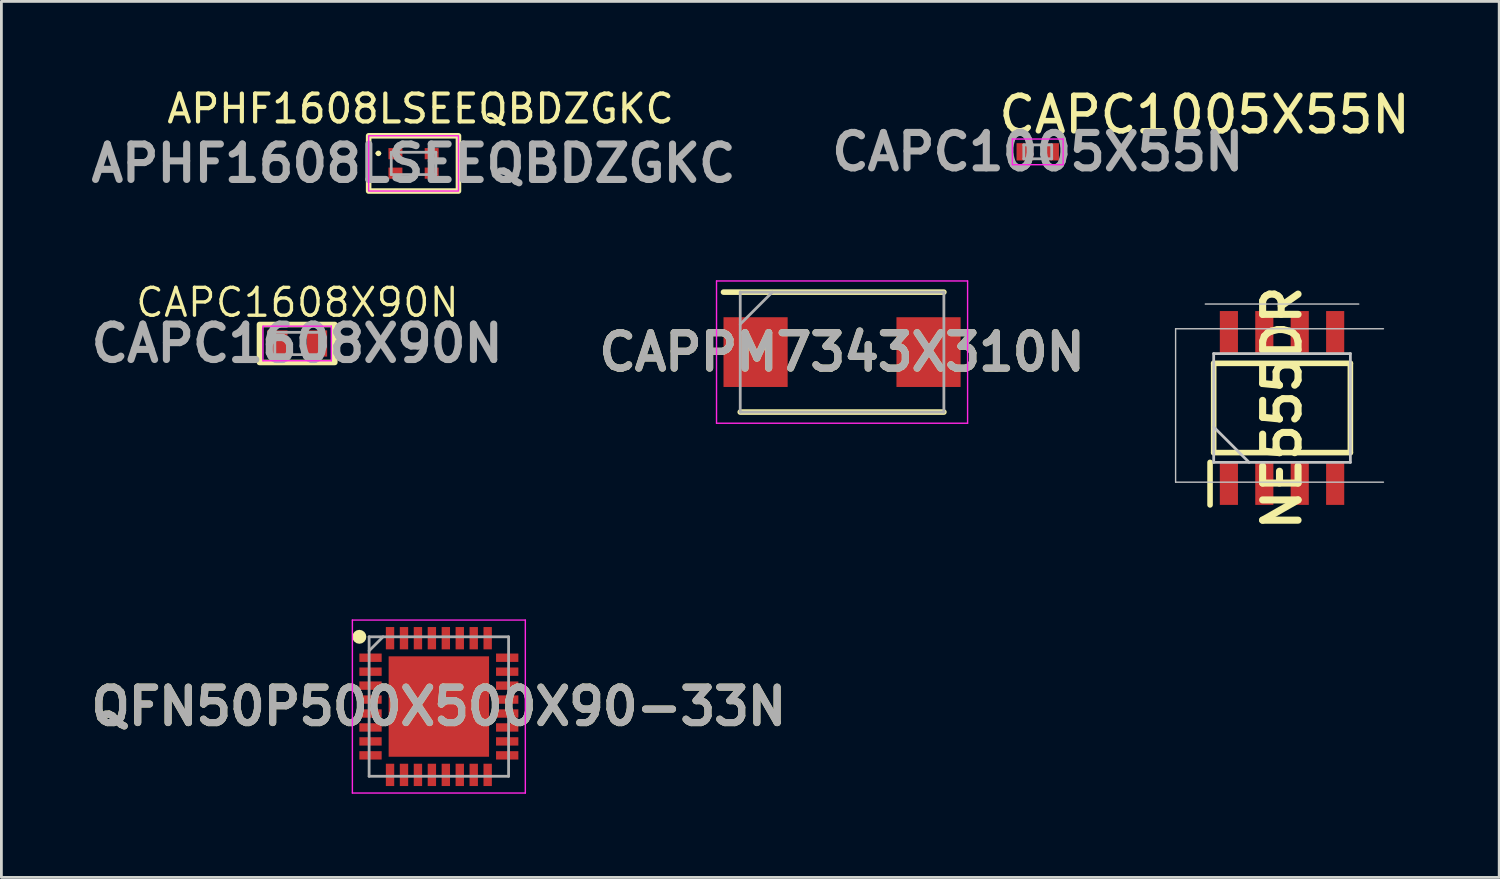
<source format=kicad_pcb>
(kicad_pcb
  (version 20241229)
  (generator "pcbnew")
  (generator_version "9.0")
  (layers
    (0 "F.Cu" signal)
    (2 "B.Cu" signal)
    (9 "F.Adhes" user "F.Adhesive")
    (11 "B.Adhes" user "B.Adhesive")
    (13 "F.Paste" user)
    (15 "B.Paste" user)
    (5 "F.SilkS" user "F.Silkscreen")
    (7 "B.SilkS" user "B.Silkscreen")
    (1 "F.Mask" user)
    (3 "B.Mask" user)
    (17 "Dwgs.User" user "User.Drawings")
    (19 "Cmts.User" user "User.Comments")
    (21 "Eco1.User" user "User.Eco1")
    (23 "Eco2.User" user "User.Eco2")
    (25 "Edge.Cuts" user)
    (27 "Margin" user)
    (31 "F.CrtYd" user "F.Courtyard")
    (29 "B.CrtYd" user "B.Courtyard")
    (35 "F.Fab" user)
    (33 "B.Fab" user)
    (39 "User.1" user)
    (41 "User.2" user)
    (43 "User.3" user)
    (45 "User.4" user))
  (footprint "CAPC1608X90N"
    (layer "F.Cu")
    (at 7.602 9.263)
    (property "Reference" "CAPC1608X90N" (at 0.01 -1.47 0) (layer "F.SilkS") (effects (font (size 1 1) (thickness 0.12))))
    (attr smd)
    (fp_rect (start -1.35 -0.68) (end 1.35 0.68) (stroke (width 0.2) (type default)) (fill no) (layer "F.SilkS"))
    (fp_line (start -1.225 -0.62) (end 1.225 -0.62) (stroke (width 0.05) (type solid)) (layer "F.CrtYd"))
    (fp_line (start -1.225 0.62) (end -1.225 -0.62) (stroke (width 0.05) (type solid)) (layer "F.CrtYd"))
    (fp_line (start 1.225 -0.62) (end 1.225 0.62) (stroke (width 0.05) (type solid)) (layer "F.CrtYd"))
    (fp_line (start 1.225 0.62) (end -1.225 0.62) (stroke (width 0.05) (type solid)) (layer "F.CrtYd"))
    (fp_line (start -0.8 -0.4) (end 0.8 -0.4) (stroke (width 0.1) (type solid)) (layer "F.Fab"))
    (fp_line (start -0.8 0.4) (end -0.8 -0.4) (stroke (width 0.1) (type solid)) (layer "F.Fab"))
    (fp_line (start 0.8 -0.4) (end 0.8 0.4) (stroke (width 0.1) (type solid)) (layer "F.Fab"))
    (fp_line (start 0.8 0.4) (end -0.8 0.4) (stroke (width 0.1) (type solid)) (layer "F.Fab"))
    (fp_text user "${REFERENCE}" (at 0 0 0) (layer "F.Fab") (effects (font (size 1.27 1.27) (thickness 0.254))))
    (pad "1" smd rect (at -0.71 0) (size 0.73 0.94) (layers "F.Cu" "F.Mask" "F.Paste"))
    (pad "2" smd rect (at 0.71 0) (size 0.73 0.94) (layers "F.Cu" "F.Mask" "F.Paste")))
  (footprint "CAPPM7343X310N"
    (layer "F.Cu")
    (at 27.136 9.572)
    (property "Reference" "CAPPM7343X310N" (at 0 0 0) (layer "F.SilkS") (effects (font (size 1.27 1.27) (thickness 0.254))))
    (attr smd)
    (fp_line (start -3.65 2.15) (end 3.65 2.15) (stroke (width 0.2) (type solid)) (layer "F.SilkS"))
    (fp_line (start 3.65 -2.15) (end -4.25 -2.15) (stroke (width 0.2) (type solid)) (layer "F.SilkS"))
    (fp_line (start -4.5 -2.55) (end 4.5 -2.55) (stroke (width 0.05) (type solid)) (layer "F.CrtYd"))
    (fp_line (start -4.5 2.55) (end -4.5 -2.55) (stroke (width 0.05) (type solid)) (layer "F.CrtYd"))
    (fp_line (start 4.5 -2.55) (end 4.5 2.55) (stroke (width 0.05) (type solid)) (layer "F.CrtYd"))
    (fp_line (start 4.5 2.55) (end -4.5 2.55) (stroke (width 0.05) (type solid)) (layer "F.CrtYd"))
    (fp_line (start -3.65 -2.15) (end 3.65 -2.15) (stroke (width 0.1) (type solid)) (layer "F.Fab"))
    (fp_line (start -3.65 -1) (end -2.5 -2.15) (stroke (width 0.1) (type solid)) (layer "F.Fab"))
    (fp_line (start -3.65 2.15) (end -3.65 -2.15) (stroke (width 0.1) (type solid)) (layer "F.Fab"))
    (fp_line (start 3.65 -2.15) (end 3.65 2.15) (stroke (width 0.1) (type solid)) (layer "F.Fab"))
    (fp_line (start 3.65 2.15) (end -3.65 2.15) (stroke (width 0.1) (type solid)) (layer "F.Fab"))
    (fp_text user "${REFERENCE}" (at 0 0 0) (layer "F.Fab") (effects (font (size 1.27 1.27) (thickness 0.254))))
    (pad "1" smd rect (at -3.1 0) (size 2.3 2.5) (layers "F.Cu" "F.Mask" "F.Paste"))
    (pad "2" smd rect (at 3.1 0) (size 2.3 2.5) (layers "F.Cu" "F.Mask" "F.Paste")))
  (footprint "APHF1608LSEEQBDZGKC"
    (layer "F.Cu")
    (at 11.775 2.808)
    (property "Reference" "APHF1608LSEEQBDZGKC" (at 0.25 -1.96 0) (layer "F.SilkS") (effects (font (size 1 1) (thickness 0.15))))
    (attr smd)
    (fp_line (start -1.31 -0.36) (end -1.31 -0.36) (stroke (width 0.1) (type solid)) (layer "F.SilkS"))
    (fp_line (start -1.21 -0.36) (end -1.21 -0.36) (stroke (width 0.1) (type solid)) (layer "F.SilkS"))
    (fp_rect (start -1.61 -0.99) (end 1.61 0.99) (stroke (width 0.2) (type default)) (fill no) (layer "F.SilkS"))
    (fp_arc (start -1.31 -0.36) (mid -1.26 -0.41) (end -1.21 -0.36) (stroke (width 0.1) (type solid)) (layer "F.SilkS"))
    (fp_arc (start -1.21 -0.36) (mid -1.26 -0.31) (end -1.31 -0.36) (stroke (width 0.1) (type solid)) (layer "F.SilkS"))
    (fp_rect (start -1.61 -0.99) (end 1.61 0.99) (stroke (width 0.05) (type default)) (fill no) (layer "F.CrtYd"))
    (fp_line (start -0.8 -0.4) (end 0.8 -0.4) (stroke (width 0.1) (type solid)) (layer "F.Fab"))
    (fp_line (start -0.8 0.4) (end -0.8 -0.4) (stroke (width 0.1) (type solid)) (layer "F.Fab"))
    (fp_line (start 0.8 -0.4) (end 0.8 0.4) (stroke (width 0.1) (type solid)) (layer "F.Fab"))
    (fp_line (start 0.8 0.4) (end -0.8 0.4) (stroke (width 0.1) (type solid)) (layer "F.Fab"))
    (fp_text user "${REFERENCE}" (at 0 0 0) (layer "F.Fab") (effects (font (size 1.27 1.27) (thickness 0.254))))
    (pad "1" smd rect (at -0.65 -0.35 90) (size 0.4 0.5) (layers "F.Cu" "F.Mask" "F.Paste"))
    (pad "2" smd rect (at -0.65 0.35 90) (size 0.4 0.5) (layers "F.Cu" "F.Mask" "F.Paste"))
    (pad "3" smd rect (at 0.65 0.35 90) (size 0.4 0.5) (layers "F.Cu" "F.Mask" "F.Paste"))
    (pad "4" smd rect (at 0.65 -0.35 90) (size 0.4 0.5) (layers "F.Cu" "F.Mask" "F.Paste")))
  (footprint "NE555DR"
    (layer "F.Cu")
    (at 42.818 11.485)
    (property "Reference" "NE555DR" (at 0.09 0.09 90) (layer "F.SilkS") (effects (font (size 1.27 1.27) (thickness 0.254))))
    (attr smd)
    (fp_line (start -2.49 3.565) (end -2.49 2.04) (stroke (width 0.2) (type solid)) (layer "F.SilkS"))
    (fp_line (start -2.36 -1.51) (end 2.54 -1.51) (stroke (width 0.2) (type solid)) (layer "F.SilkS"))
    (fp_line (start -2.36 1.69) (end -2.36 -1.51) (stroke (width 0.2) (type solid)) (layer "F.SilkS"))
    (fp_line (start 2.54 -1.51) (end 2.54 1.69) (stroke (width 0.2) (type solid)) (layer "F.SilkS"))
    (fp_line (start 2.54 1.69) (end -2.36 1.69) (stroke (width 0.2) (type solid)) (layer "F.SilkS"))
    (fp_line (start -3.725 -2.75) (end 3.725 -2.75) (stroke (width 0.05) (type solid)) (layer "Dwgs.User"))
    (fp_line (start -3.725 2.75) (end -3.725 -2.75) (stroke (width 0.05) (type solid)) (layer "Dwgs.User"))
    (fp_line (start -2.66 -3.635) (end 2.84 -3.635) (stroke (width 0.05) (type solid)) (layer "Dwgs.User"))
    (fp_line (start -2.36 -1.86) (end 2.54 -1.86) (stroke (width 0.1) (type solid)) (layer "Dwgs.User"))
    (fp_line (start -2.36 2.04) (end -2.36 -1.86) (stroke (width 0.1) (type solid)) (layer "Dwgs.User"))
    (fp_line (start -1.09 2.04) (end -2.36 0.77) (stroke (width 0.1) (type solid)) (layer "Dwgs.User"))
    (fp_line (start 2.54 -1.86) (end 2.54 2.04) (stroke (width 0.1) (type solid)) (layer "Dwgs.User"))
    (fp_line (start 2.54 2.04) (end -2.36 2.04) (stroke (width 0.1) (type solid)) (layer "Dwgs.User"))
    (fp_line (start 3.725 2.75) (end -3.725 2.75) (stroke (width 0.05) (type solid)) (layer "Dwgs.User"))
    (pad "1" smd rect (at -1.815 2.802 180) (size 0.65 1.525) (layers "F.Cu" "F.Paste"))
    (pad "2" smd rect (at -0.545 2.802 180) (size 0.65 1.525) (layers "F.Cu" "F.Paste"))
    (pad "3" smd rect (at 0.725 2.802 180) (size 0.65 1.525) (layers "F.Cu" "F.Paste"))
    (pad "4" smd rect (at 1.995 2.802 180) (size 0.65 1.525) (layers "F.Cu" "F.Paste"))
    (pad "5" smd rect (at 1.995 -2.622 180) (size 0.65 1.525) (layers "F.Cu" "F.Paste"))
    (pad "6" smd rect (at 0.725 -2.622 180) (size 0.65 1.525) (layers "F.Cu" "F.Paste"))
    (pad "7" smd rect (at -0.545 -2.622 180) (size 0.65 1.525) (layers "F.Cu" "F.Paste"))
    (pad "8" smd rect (at -1.815 -2.622 180) (size 0.65 1.525) (layers "F.Cu" "F.Paste")))
  (footprint "QFN50P500X500X90-33N"
    (layer "F.Cu")
    (at 12.682 22.278)
    (property "Reference" "QFN50P500X500X90-33N" (at 0 0 0) (layer "F.SilkS") (effects (font (size 1.27 1.27) (thickness 0.254))))
    (attr smd)
    (fp_circle (center -2.85 -2.5) (end -2.85 -2.375) (stroke (width 0.25) (type solid)) (fill no) (layer "F.SilkS"))
    (fp_line (start -3.1 -3.1) (end 3.1 -3.1) (stroke (width 0.05) (type solid)) (layer "F.CrtYd"))
    (fp_line (start -3.1 3.1) (end -3.1 -3.1) (stroke (width 0.05) (type solid)) (layer "F.CrtYd"))
    (fp_line (start 3.1 -3.1) (end 3.1 3.1) (stroke (width 0.05) (type solid)) (layer "F.CrtYd"))
    (fp_line (start 3.1 3.1) (end -3.1 3.1) (stroke (width 0.05) (type solid)) (layer "F.CrtYd"))
    (fp_line (start -2.5 -2.5) (end 2.5 -2.5) (stroke (width 0.1) (type solid)) (layer "F.Fab"))
    (fp_line (start -2.5 -2) (end -2 -2.5) (stroke (width 0.1) (type solid)) (layer "F.Fab"))
    (fp_line (start -2.5 2.5) (end -2.5 -2.5) (stroke (width 0.1) (type solid)) (layer "F.Fab"))
    (fp_line (start 2.5 -2.5) (end 2.5 2.5) (stroke (width 0.1) (type solid)) (layer "F.Fab"))
    (fp_line (start 2.5 2.5) (end -2.5 2.5) (stroke (width 0.1) (type solid)) (layer "F.Fab"))
    (fp_text user "${REFERENCE}" (at 0 0 0) (layer "F.Fab") (effects (font (size 1.27 1.27) (thickness 0.254))))
    (pad "1" smd rect (at -2.45 -1.75 90) (size 0.3 0.8) (layers "F.Cu" "F.Mask" "F.Paste"))
    (pad "2" smd rect (at -2.45 -1.25 90) (size 0.3 0.8) (layers "F.Cu" "F.Mask" "F.Paste"))
    (pad "3" smd rect (at -2.45 -0.75 90) (size 0.3 0.8) (layers "F.Cu" "F.Mask" "F.Paste"))
    (pad "4" smd rect (at -2.45 -0.25 90) (size 0.3 0.8) (layers "F.Cu" "F.Mask" "F.Paste"))
    (pad "5" smd rect (at -2.45 0.25 90) (size 0.3 0.8) (layers "F.Cu" "F.Mask" "F.Paste"))
    (pad "6" smd rect (at -2.45 0.75 90) (size 0.3 0.8) (layers "F.Cu" "F.Mask" "F.Paste"))
    (pad "7" smd rect (at -2.45 1.25 90) (size 0.3 0.8) (layers "F.Cu" "F.Mask" "F.Paste"))
    (pad "8" smd rect (at -2.45 1.75 90) (size 0.3 0.8) (layers "F.Cu" "F.Mask" "F.Paste"))
    (pad "9" smd rect (at -1.75 2.45) (size 0.3 0.8) (layers "F.Cu" "F.Mask" "F.Paste"))
    (pad "10" smd rect (at -1.25 2.45) (size 0.3 0.8) (layers "F.Cu" "F.Mask" "F.Paste"))
    (pad "11" smd rect (at -0.75 2.45) (size 0.3 0.8) (layers "F.Cu" "F.Mask" "F.Paste"))
    (pad "12" smd rect (at -0.25 2.45) (size 0.3 0.8) (layers "F.Cu" "F.Mask" "F.Paste"))
    (pad "13" smd rect (at 0.25 2.45) (size 0.3 0.8) (layers "F.Cu" "F.Mask" "F.Paste"))
    (pad "14" smd rect (at 0.75 2.45) (size 0.3 0.8) (layers "F.Cu" "F.Mask" "F.Paste"))
    (pad "15" smd rect (at 1.25 2.45) (size 0.3 0.8) (layers "F.Cu" "F.Mask" "F.Paste"))
    (pad "16" smd rect (at 1.75 2.45) (size 0.3 0.8) (layers "F.Cu" "F.Mask" "F.Paste"))
    (pad "17" smd rect (at 2.45 1.75 90) (size 0.3 0.8) (layers "F.Cu" "F.Mask" "F.Paste"))
    (pad "18" smd rect (at 2.45 1.25 90) (size 0.3 0.8) (layers "F.Cu" "F.Mask" "F.Paste"))
    (pad "19" smd rect (at 2.45 0.75 90) (size 0.3 0.8) (layers "F.Cu" "F.Mask" "F.Paste"))
    (pad "20" smd rect (at 2.45 0.25 90) (size 0.3 0.8) (layers "F.Cu" "F.Mask" "F.Paste"))
    (pad "21" smd rect (at 2.45 -0.25 90) (size 0.3 0.8) (layers "F.Cu" "F.Mask" "F.Paste"))
    (pad "22" smd rect (at 2.45 -0.75 90) (size 0.3 0.8) (layers "F.Cu" "F.Mask" "F.Paste"))
    (pad "23" smd rect (at 2.45 -1.25 90) (size 0.3 0.8) (layers "F.Cu" "F.Mask" "F.Paste"))
    (pad "24" smd rect (at 2.45 -1.75 90) (size 0.3 0.8) (layers "F.Cu" "F.Mask" "F.Paste"))
    (pad "25" smd rect (at 1.75 -2.45) (size 0.3 0.8) (layers "F.Cu" "F.Mask" "F.Paste"))
    (pad "26" smd rect (at 1.25 -2.45) (size 0.3 0.8) (layers "F.Cu" "F.Mask" "F.Paste"))
    (pad "27" smd rect (at 0.75 -2.45) (size 0.3 0.8) (layers "F.Cu" "F.Mask" "F.Paste"))
    (pad "28" smd rect (at 0.25 -2.45) (size 0.3 0.8) (layers "F.Cu" "F.Mask" "F.Paste"))
    (pad "29" smd rect (at -0.25 -2.45) (size 0.3 0.8) (layers "F.Cu" "F.Mask" "F.Paste"))
    (pad "30" smd rect (at -0.75 -2.45) (size 0.3 0.8) (layers "F.Cu" "F.Mask" "F.Paste"))
    (pad "31" smd rect (at -1.25 -2.45) (size 0.3 0.8) (layers "F.Cu" "F.Mask" "F.Paste"))
    (pad "32" smd rect (at -1.75 -2.45) (size 0.3 0.8) (layers "F.Cu" "F.Mask" "F.Paste"))
    (pad "33" smd rect (at 0 0) (size 3.6 3.6) (layers "F.Cu" "F.Mask" "F.Paste")))
  (footprint "CAPC1005X55N"
    (layer "F.Cu")
    (at 34.151 2.393)
    (property "Reference" "CAPC1005X55N" (at -1.5 -2.075 0) (layer "F.SilkS") (effects (font (size 1.27 1.27) (thickness 0.2)) (justify left top)))
    (attr smd)
    (fp_line (start -0.91 -0.46) (end 0.91 -0.46) (stroke (width 0.05) (type solid)) (layer "F.CrtYd"))
    (fp_line (start -0.91 0.46) (end -0.91 -0.46) (stroke (width 0.05) (type solid)) (layer "F.CrtYd"))
    (fp_line (start 0.91 -0.46) (end 0.91 0.46) (stroke (width 0.05) (type solid)) (layer "F.CrtYd"))
    (fp_line (start 0.91 0.46) (end -0.91 0.46) (stroke (width 0.05) (type solid)) (layer "F.CrtYd"))
    (fp_line (start -0.5 -0.25) (end 0.5 -0.25) (stroke (width 0.1) (type solid)) (layer "F.Fab"))
    (fp_line (start -0.5 0.25) (end -0.5 -0.25) (stroke (width 0.1) (type solid)) (layer "F.Fab"))
    (fp_line (start 0.5 -0.25) (end 0.5 0.25) (stroke (width 0.1) (type solid)) (layer "F.Fab"))
    (fp_line (start 0.5 0.25) (end -0.5 0.25) (stroke (width 0.1) (type solid)) (layer "F.Fab"))
    (fp_text user "${REFERENCE}" (at 0 0 0) (layer "F.Fab") (effects (font (size 1.27 1.27) (thickness 0.254))))
    (pad "1" smd rect (at -0.46 0) (size 0.6 0.62) (layers "F.Cu" "F.Mask" "F.Paste"))
    (pad "2" smd rect (at 0.46 0) (size 0.6 0.62) (layers "F.Cu" "F.Mask" "F.Paste")))
  (gr_rect
    (start -3 -3)
    (end 50.693 28.403)
    (stroke (width 0.1) (type default))
    (fill no)
    (layer "Edge.Cuts")))
</source>
